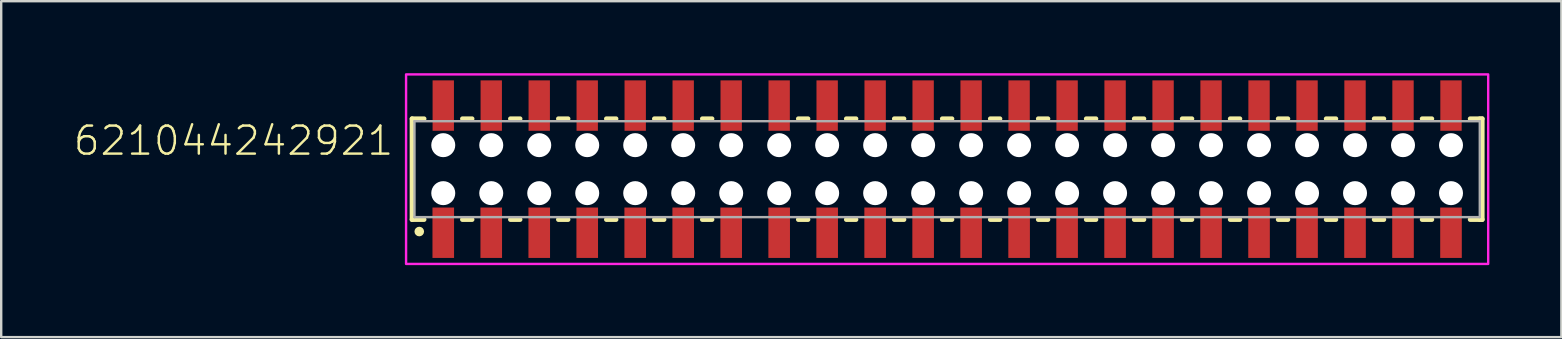
<source format=kicad_pcb>
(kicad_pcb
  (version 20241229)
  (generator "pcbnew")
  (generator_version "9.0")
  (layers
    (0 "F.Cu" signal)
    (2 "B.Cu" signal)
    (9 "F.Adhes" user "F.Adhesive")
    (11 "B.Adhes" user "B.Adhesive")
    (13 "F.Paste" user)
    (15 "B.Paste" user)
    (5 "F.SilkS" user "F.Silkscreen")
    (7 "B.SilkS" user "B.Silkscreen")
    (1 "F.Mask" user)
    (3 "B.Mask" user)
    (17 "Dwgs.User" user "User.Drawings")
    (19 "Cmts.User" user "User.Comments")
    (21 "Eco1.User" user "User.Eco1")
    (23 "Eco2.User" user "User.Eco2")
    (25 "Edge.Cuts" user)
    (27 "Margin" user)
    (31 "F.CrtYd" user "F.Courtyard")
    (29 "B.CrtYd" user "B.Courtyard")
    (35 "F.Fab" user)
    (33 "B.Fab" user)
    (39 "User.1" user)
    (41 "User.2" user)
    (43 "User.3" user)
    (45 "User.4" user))
  (footprint "621044242921"
    (layer "F.Cu")
    (at 36.424 4)
    (property "Reference" "621044242921" (at -23 -0.5 0) (unlocked yes) (layer "F.SilkS") (effects (font (size 1.168 1.168) (thickness 0.102)) (justify right bottom)))
    (fp_line (start -22.3 -2.1) (end -22.3 2.1) (stroke (width 0.2) (type solid)) (layer "F.SilkS"))
    (fp_line (start -22.3 2.1) (end -21.8 2.1) (stroke (width 0.2) (type solid)) (layer "F.SilkS"))
    (fp_line (start -21.8 -2.1) (end -22.3 -2.1) (stroke (width 0.2) (type solid)) (layer "F.SilkS"))
    (fp_line (start -20.2 2.1) (end -19.8 2.1) (stroke (width 0.2) (type solid)) (layer "F.SilkS"))
    (fp_line (start -19.8 -2.1) (end -20.2 -2.1) (stroke (width 0.2) (type solid)) (layer "F.SilkS"))
    (fp_line (start -18.2 2.1) (end -17.8 2.1) (stroke (width 0.2) (type solid)) (layer "F.SilkS"))
    (fp_line (start -17.8 -2.1) (end -18.2 -2.1) (stroke (width 0.2) (type solid)) (layer "F.SilkS"))
    (fp_line (start -16.2 2.1) (end -15.8 2.1) (stroke (width 0.2) (type solid)) (layer "F.SilkS"))
    (fp_line (start -15.8 -2.1) (end -16.2 -2.1) (stroke (width 0.2) (type solid)) (layer "F.SilkS"))
    (fp_line (start -14.2 2.1) (end -13.8 2.1) (stroke (width 0.2) (type solid)) (layer "F.SilkS"))
    (fp_line (start -13.8 -2.1) (end -14.2 -2.1) (stroke (width 0.2) (type solid)) (layer "F.SilkS"))
    (fp_line (start -12.2 2.1) (end -11.8 2.1) (stroke (width 0.2) (type solid)) (layer "F.SilkS"))
    (fp_line (start -11.8 -2.1) (end -12.2 -2.1) (stroke (width 0.2) (type solid)) (layer "F.SilkS"))
    (fp_line (start -10.2 2.1) (end -9.8 2.1) (stroke (width 0.2) (type solid)) (layer "F.SilkS"))
    (fp_line (start -9.8 -2.1) (end -10.2 -2.1) (stroke (width 0.2) (type solid)) (layer "F.SilkS"))
    (fp_line (start -6.2 2.1) (end -5.8 2.1) (stroke (width 0.2) (type solid)) (layer "F.SilkS"))
    (fp_line (start -5.8 -2.1) (end -6.2 -2.1) (stroke (width 0.2) (type solid)) (layer "F.SilkS"))
    (fp_line (start -4.2 2.1) (end -3.8 2.1) (stroke (width 0.2) (type solid)) (layer "F.SilkS"))
    (fp_line (start -3.8 -2.1) (end -4.2 -2.1) (stroke (width 0.2) (type solid)) (layer "F.SilkS"))
    (fp_line (start -2.2 2.1) (end -1.8 2.1) (stroke (width 0.2) (type solid)) (layer "F.SilkS"))
    (fp_line (start -1.8 -2.1) (end -2.2 -2.1) (stroke (width 0.2) (type solid)) (layer "F.SilkS"))
    (fp_line (start -0.2 2.1) (end 0.2 2.1) (stroke (width 0.2) (type solid)) (layer "F.SilkS"))
    (fp_line (start 0.2 -2.1) (end -0.2 -2.1) (stroke (width 0.2) (type solid)) (layer "F.SilkS"))
    (fp_line (start 1.8 2.1) (end 2.2 2.1) (stroke (width 0.2) (type solid)) (layer "F.SilkS"))
    (fp_line (start 2.2 -2.1) (end 1.8 -2.1) (stroke (width 0.2) (type solid)) (layer "F.SilkS"))
    (fp_line (start 3.8 2.1) (end 4.2 2.1) (stroke (width 0.2) (type solid)) (layer "F.SilkS"))
    (fp_line (start 4.2 -2.1) (end 3.8 -2.1) (stroke (width 0.2) (type solid)) (layer "F.SilkS"))
    (fp_line (start 5.8 2.1) (end 6.2 2.1) (stroke (width 0.2) (type solid)) (layer "F.SilkS"))
    (fp_line (start 6.2 -2.1) (end 5.8 -2.1) (stroke (width 0.2) (type solid)) (layer "F.SilkS"))
    (fp_line (start 7.8 2.1) (end 8.2 2.1) (stroke (width 0.2) (type solid)) (layer "F.SilkS"))
    (fp_line (start 8.2 -2.1) (end 7.8 -2.1) (stroke (width 0.2) (type solid)) (layer "F.SilkS"))
    (fp_line (start 9.8 2.1) (end 10.2 2.1) (stroke (width 0.2) (type solid)) (layer "F.SilkS"))
    (fp_line (start 10.2 -2.1) (end 9.8 -2.1) (stroke (width 0.2) (type solid)) (layer "F.SilkS"))
    (fp_line (start 11.8 2.1) (end 12.2 2.1) (stroke (width 0.2) (type solid)) (layer "F.SilkS"))
    (fp_line (start 12.2 -2.1) (end 11.8 -2.1) (stroke (width 0.2) (type solid)) (layer "F.SilkS"))
    (fp_line (start 13.8 2.1) (end 14.2 2.1) (stroke (width 0.2) (type solid)) (layer "F.SilkS"))
    (fp_line (start 14.2 -2.1) (end 13.8 -2.1) (stroke (width 0.2) (type solid)) (layer "F.SilkS"))
    (fp_line (start 15.8 2.1) (end 16.2 2.1) (stroke (width 0.2) (type solid)) (layer "F.SilkS"))
    (fp_line (start 16.2 -2.1) (end 15.8 -2.1) (stroke (width 0.2) (type solid)) (layer "F.SilkS"))
    (fp_line (start 17.8 2.1) (end 18.2 2.1) (stroke (width 0.2) (type solid)) (layer "F.SilkS"))
    (fp_line (start 18.2 -2.1) (end 17.8 -2.1) (stroke (width 0.2) (type solid)) (layer "F.SilkS"))
    (fp_line (start 19.8 2.1) (end 20.2 2.1) (stroke (width 0.2) (type solid)) (layer "F.SilkS"))
    (fp_line (start 20.2 -2.1) (end 19.8 -2.1) (stroke (width 0.2) (type solid)) (layer "F.SilkS"))
    (fp_line (start 21.8 2.1) (end 22.2 2.1) (stroke (width 0.2) (type solid)) (layer "F.SilkS"))
    (fp_line (start 22.2 -2.1) (end 21.8 -2.1) (stroke (width 0.2) (type solid)) (layer "F.SilkS"))
    (fp_line (start 22.2 -2.1) (end 22.3 -2.1) (stroke (width 0.2) (type solid)) (layer "F.SilkS"))
    (fp_line (start 22.3 -2.1) (end 22.3 2.1) (stroke (width 0.2) (type solid)) (layer "F.SilkS"))
    (fp_line (start 22.3 2.1) (end 22.2 2.1) (stroke (width 0.2) (type solid)) (layer "F.SilkS"))
    (fp_circle (center -22 2.6) (end -21.9 2.6) (stroke (width 0.2) (type solid)) (fill no) (layer "F.SilkS"))
    (fp_poly (pts (xy 22.55 3.95) (xy -22.55 3.95) (xy -22.55 -3.95) (xy 22.55 -3.95)) (stroke (width 0.1) (type default)) (fill no) (layer "F.CrtYd"))
    (fp_line (start -22.2 -2) (end -22.2 2) (stroke (width 0.1) (type solid)) (layer "F.Fab"))
    (fp_line (start -22.2 2) (end 22.2 2) (stroke (width 0.1) (type solid)) (layer "F.Fab"))
    (fp_line (start 22.2 -2) (end -22.2 -2) (stroke (width 0.1) (type solid)) (layer "F.Fab"))
    (fp_line (start 22.2 2) (end 22.2 -2) (stroke (width 0.1) (type solid)) (layer "F.Fab"))
    (pad "" np_thru_hole circle (at -21 -1) (size 1 1) (drill 1) (layers "*.Cu" "*.Mask"))
    (pad "" np_thru_hole circle (at -21 1) (size 1 1) (drill 1) (layers "*.Cu" "*.Mask"))
    (pad "" np_thru_hole circle (at -19 -1) (size 1 1) (drill 1) (layers "*.Cu" "*.Mask"))
    (pad "" np_thru_hole circle (at -19 1) (size 1 1) (drill 1) (layers "*.Cu" "*.Mask"))
    (pad "" np_thru_hole circle (at -17 -1) (size 1 1) (drill 1) (layers "*.Cu" "*.Mask"))
    (pad "" np_thru_hole circle (at -17 1) (size 1 1) (drill 1) (layers "*.Cu" "*.Mask"))
    (pad "" np_thru_hole circle (at -15 -1) (size 1 1) (drill 1) (layers "*.Cu" "*.Mask"))
    (pad "" np_thru_hole circle (at -15 1) (size 1 1) (drill 1) (layers "*.Cu" "*.Mask"))
    (pad "" np_thru_hole circle (at -13 -1) (size 1 1) (drill 1) (layers "*.Cu" "*.Mask"))
    (pad "" np_thru_hole circle (at -13 1) (size 1 1) (drill 1) (layers "*.Cu" "*.Mask"))
    (pad "" np_thru_hole circle (at -11 -1) (size 1 1) (drill 1) (layers "*.Cu" "*.Mask"))
    (pad "" np_thru_hole circle (at -11 1) (size 1 1) (drill 1) (layers "*.Cu" "*.Mask"))
    (pad "" np_thru_hole circle (at -9 -1) (size 1 1) (drill 1) (layers "*.Cu" "*.Mask"))
    (pad "" np_thru_hole circle (at -9 1) (size 1 1) (drill 1) (layers "*.Cu" "*.Mask"))
    (pad "" np_thru_hole circle (at -7 -1) (size 1 1) (drill 1) (layers "*.Cu" "*.Mask"))
    (pad "" np_thru_hole circle (at -7 1) (size 1 1) (drill 1) (layers "*.Cu" "*.Mask"))
    (pad "" np_thru_hole circle (at -5 -1) (size 1 1) (drill 1) (layers "*.Cu" "*.Mask"))
    (pad "" np_thru_hole circle (at -5 1) (size 1 1) (drill 1) (layers "*.Cu" "*.Mask"))
    (pad "" np_thru_hole circle (at -3 -1) (size 1 1) (drill 1) (layers "*.Cu" "*.Mask"))
    (pad "" np_thru_hole circle (at -3 1) (size 1 1) (drill 1) (layers "*.Cu" "*.Mask"))
    (pad "" np_thru_hole circle (at -1 -1) (size 1 1) (drill 1) (layers "*.Cu" "*.Mask"))
    (pad "" np_thru_hole circle (at -1 1) (size 1 1) (drill 1) (layers "*.Cu" "*.Mask"))
    (pad "" np_thru_hole circle (at 1 -1) (size 1 1) (drill 1) (layers "*.Cu" "*.Mask"))
    (pad "" np_thru_hole circle (at 1 1) (size 1 1) (drill 1) (layers "*.Cu" "*.Mask"))
    (pad "" np_thru_hole circle (at 3 -1) (size 1 1) (drill 1) (layers "*.Cu" "*.Mask"))
    (pad "" np_thru_hole circle (at 3 1) (size 1 1) (drill 1) (layers "*.Cu" "*.Mask"))
    (pad "" np_thru_hole circle (at 5 -1) (size 1 1) (drill 1) (layers "*.Cu" "*.Mask"))
    (pad "" np_thru_hole circle (at 5 1) (size 1 1) (drill 1) (layers "*.Cu" "*.Mask"))
    (pad "" np_thru_hole circle (at 7 -1) (size 1 1) (drill 1) (layers "*.Cu" "*.Mask"))
    (pad "" np_thru_hole circle (at 7 1) (size 1 1) (drill 1) (layers "*.Cu" "*.Mask"))
    (pad "" np_thru_hole circle (at 9 -1) (size 1 1) (drill 1) (layers "*.Cu" "*.Mask"))
    (pad "" np_thru_hole circle (at 9 1) (size 1 1) (drill 1) (layers "*.Cu" "*.Mask"))
    (pad "" np_thru_hole circle (at 11 -1) (size 1 1) (drill 1) (layers "*.Cu" "*.Mask"))
    (pad "" np_thru_hole circle (at 11 1) (size 1 1) (drill 1) (layers "*.Cu" "*.Mask"))
    (pad "" np_thru_hole circle (at 13 -1) (size 1 1) (drill 1) (layers "*.Cu" "*.Mask"))
    (pad "" np_thru_hole circle (at 13 1) (size 1 1) (drill 1) (layers "*.Cu" "*.Mask"))
    (pad "" np_thru_hole circle (at 15 -1) (size 1 1) (drill 1) (layers "*.Cu" "*.Mask"))
    (pad "" np_thru_hole circle (at 15 1) (size 1 1) (drill 1) (layers "*.Cu" "*.Mask"))
    (pad "" np_thru_hole circle (at 17 -1) (size 1 1) (drill 1) (layers "*.Cu" "*.Mask"))
    (pad "" np_thru_hole circle (at 17 1) (size 1 1) (drill 1) (layers "*.Cu" "*.Mask"))
    (pad "" np_thru_hole circle (at 19 -1) (size 1 1) (drill 1) (layers "*.Cu" "*.Mask"))
    (pad "" np_thru_hole circle (at 19 1) (size 1 1) (drill 1) (layers "*.Cu" "*.Mask"))
    (pad "" np_thru_hole circle (at 21 -1) (size 1 1) (drill 1) (layers "*.Cu" "*.Mask"))
    (pad "" np_thru_hole circle (at 21 1) (size 1 1) (drill 1) (layers "*.Cu" "*.Mask"))
    (pad "1" smd rect (at -21 2.65) (size 0.9 2.1) (layers "F.Cu" "F.Mask" "F.Paste"))
    (pad "2" smd rect (at -21 -2.65) (size 0.89 2.1) (layers "F.Cu" "F.Mask" "F.Paste"))
    (pad "3" smd rect (at -19 2.65) (size 0.9 2.1) (layers "F.Cu" "F.Mask" "F.Paste"))
    (pad "4" smd rect (at -19 -2.65) (size 0.89 2.1) (layers "F.Cu" "F.Mask" "F.Paste"))
    (pad "5" smd rect (at -17 2.65) (size 0.9 2.1) (layers "F.Cu" "F.Mask" "F.Paste"))
    (pad "6" smd rect (at -17 -2.65) (size 0.89 2.1) (layers "F.Cu" "F.Mask" "F.Paste"))
    (pad "7" smd rect (at -15 2.65) (size 0.9 2.1) (layers "F.Cu" "F.Mask" "F.Paste"))
    (pad "8" smd rect (at -15 -2.65) (size 0.89 2.1) (layers "F.Cu" "F.Mask" "F.Paste"))
    (pad "9" smd rect (at -13 2.65) (size 0.9 2.1) (layers "F.Cu" "F.Mask" "F.Paste"))
    (pad "10" smd rect (at -13 -2.65) (size 0.89 2.1) (layers "F.Cu" "F.Mask" "F.Paste"))
    (pad "11" smd rect (at -11 2.65) (size 0.9 2.1) (layers "F.Cu" "F.Mask" "F.Paste"))
    (pad "12" smd rect (at -11 -2.65) (size 0.89 2.1) (layers "F.Cu" "F.Mask" "F.Paste"))
    (pad "13" smd rect (at -9 2.65) (size 0.9 2.1) (layers "F.Cu" "F.Mask" "F.Paste"))
    (pad "14" smd rect (at -9 -2.65) (size 0.89 2.1) (layers "F.Cu" "F.Mask" "F.Paste"))
    (pad "15" smd rect (at -7 2.65) (size 0.9 2.1) (layers "F.Cu" "F.Mask" "F.Paste"))
    (pad "16" smd rect (at -7 -2.65) (size 0.89 2.1) (layers "F.Cu" "F.Mask" "F.Paste"))
    (pad "17" smd rect (at -5 2.65) (size 0.9 2.1) (layers "F.Cu" "F.Mask" "F.Paste"))
    (pad "18" smd rect (at -5 -2.65) (size 0.89 2.1) (layers "F.Cu" "F.Mask" "F.Paste"))
    (pad "19" smd rect (at -3 2.65) (size 0.9 2.1) (layers "F.Cu" "F.Mask" "F.Paste"))
    (pad "20" smd rect (at -3 -2.65) (size 0.89 2.1) (layers "F.Cu" "F.Mask" "F.Paste"))
    (pad "21" smd rect (at -1 2.65) (size 0.9 2.1) (layers "F.Cu" "F.Mask" "F.Paste"))
    (pad "22" smd rect (at -1 -2.65) (size 0.89 2.1) (layers "F.Cu" "F.Mask" "F.Paste"))
    (pad "23" smd rect (at 1 2.65) (size 0.9 2.1) (layers "F.Cu" "F.Mask" "F.Paste"))
    (pad "24" smd rect (at 1 -2.65) (size 0.89 2.1) (layers "F.Cu" "F.Mask" "F.Paste"))
    (pad "25" smd rect (at 3 2.65) (size 0.9 2.1) (layers "F.Cu" "F.Mask" "F.Paste"))
    (pad "26" smd rect (at 3 -2.65) (size 0.89 2.1) (layers "F.Cu" "F.Mask" "F.Paste"))
    (pad "27" smd rect (at 5 2.65) (size 0.9 2.1) (layers "F.Cu" "F.Mask" "F.Paste"))
    (pad "28" smd rect (at 5 -2.65) (size 0.89 2.1) (layers "F.Cu" "F.Mask" "F.Paste"))
    (pad "29" smd rect (at 7 2.65) (size 0.9 2.1) (layers "F.Cu" "F.Mask" "F.Paste"))
    (pad "30" smd rect (at 7 -2.65) (size 0.89 2.1) (layers "F.Cu" "F.Mask" "F.Paste"))
    (pad "31" smd rect (at 9 2.65) (size 0.9 2.1) (layers "F.Cu" "F.Mask" "F.Paste"))
    (pad "32" smd rect (at 9 -2.65) (size 0.89 2.1) (layers "F.Cu" "F.Mask" "F.Paste"))
    (pad "33" smd rect (at 11 2.65) (size 0.9 2.1) (layers "F.Cu" "F.Mask" "F.Paste"))
    (pad "34" smd rect (at 11 -2.65) (size 0.89 2.1) (layers "F.Cu" "F.Mask" "F.Paste"))
    (pad "35" smd rect (at 13 2.65) (size 0.9 2.1) (layers "F.Cu" "F.Mask" "F.Paste"))
    (pad "36" smd rect (at 13 -2.65) (size 0.89 2.1) (layers "F.Cu" "F.Mask" "F.Paste"))
    (pad "37" smd rect (at 15 2.65) (size 0.9 2.1) (layers "F.Cu" "F.Mask" "F.Paste"))
    (pad "38" smd rect (at 15 -2.65) (size 0.89 2.1) (layers "F.Cu" "F.Mask" "F.Paste"))
    (pad "39" smd rect (at 17 2.65) (size 0.9 2.1) (layers "F.Cu" "F.Mask" "F.Paste"))
    (pad "40" smd rect (at 17 -2.65) (size 0.89 2.1) (layers "F.Cu" "F.Mask" "F.Paste"))
    (pad "41" smd rect (at 19 2.65) (size 0.9 2.1) (layers "F.Cu" "F.Mask" "F.Paste"))
    (pad "42" smd rect (at 19 -2.65) (size 0.89 2.1) (layers "F.Cu" "F.Mask" "F.Paste"))
    (pad "43" smd rect (at 21 2.65) (size 0.9 2.1) (layers "F.Cu" "F.Mask" "F.Paste"))
    (pad "44" smd rect (at 21 -2.65) (size 0.89 2.1) (layers "F.Cu" "F.Mask" "F.Paste")))
  (gr_rect
    (start -3 -3)
    (end 62.024 11)
    (stroke (width 0.1) (type default))
    (fill no)
    (layer "Edge.Cuts")))
</source>
